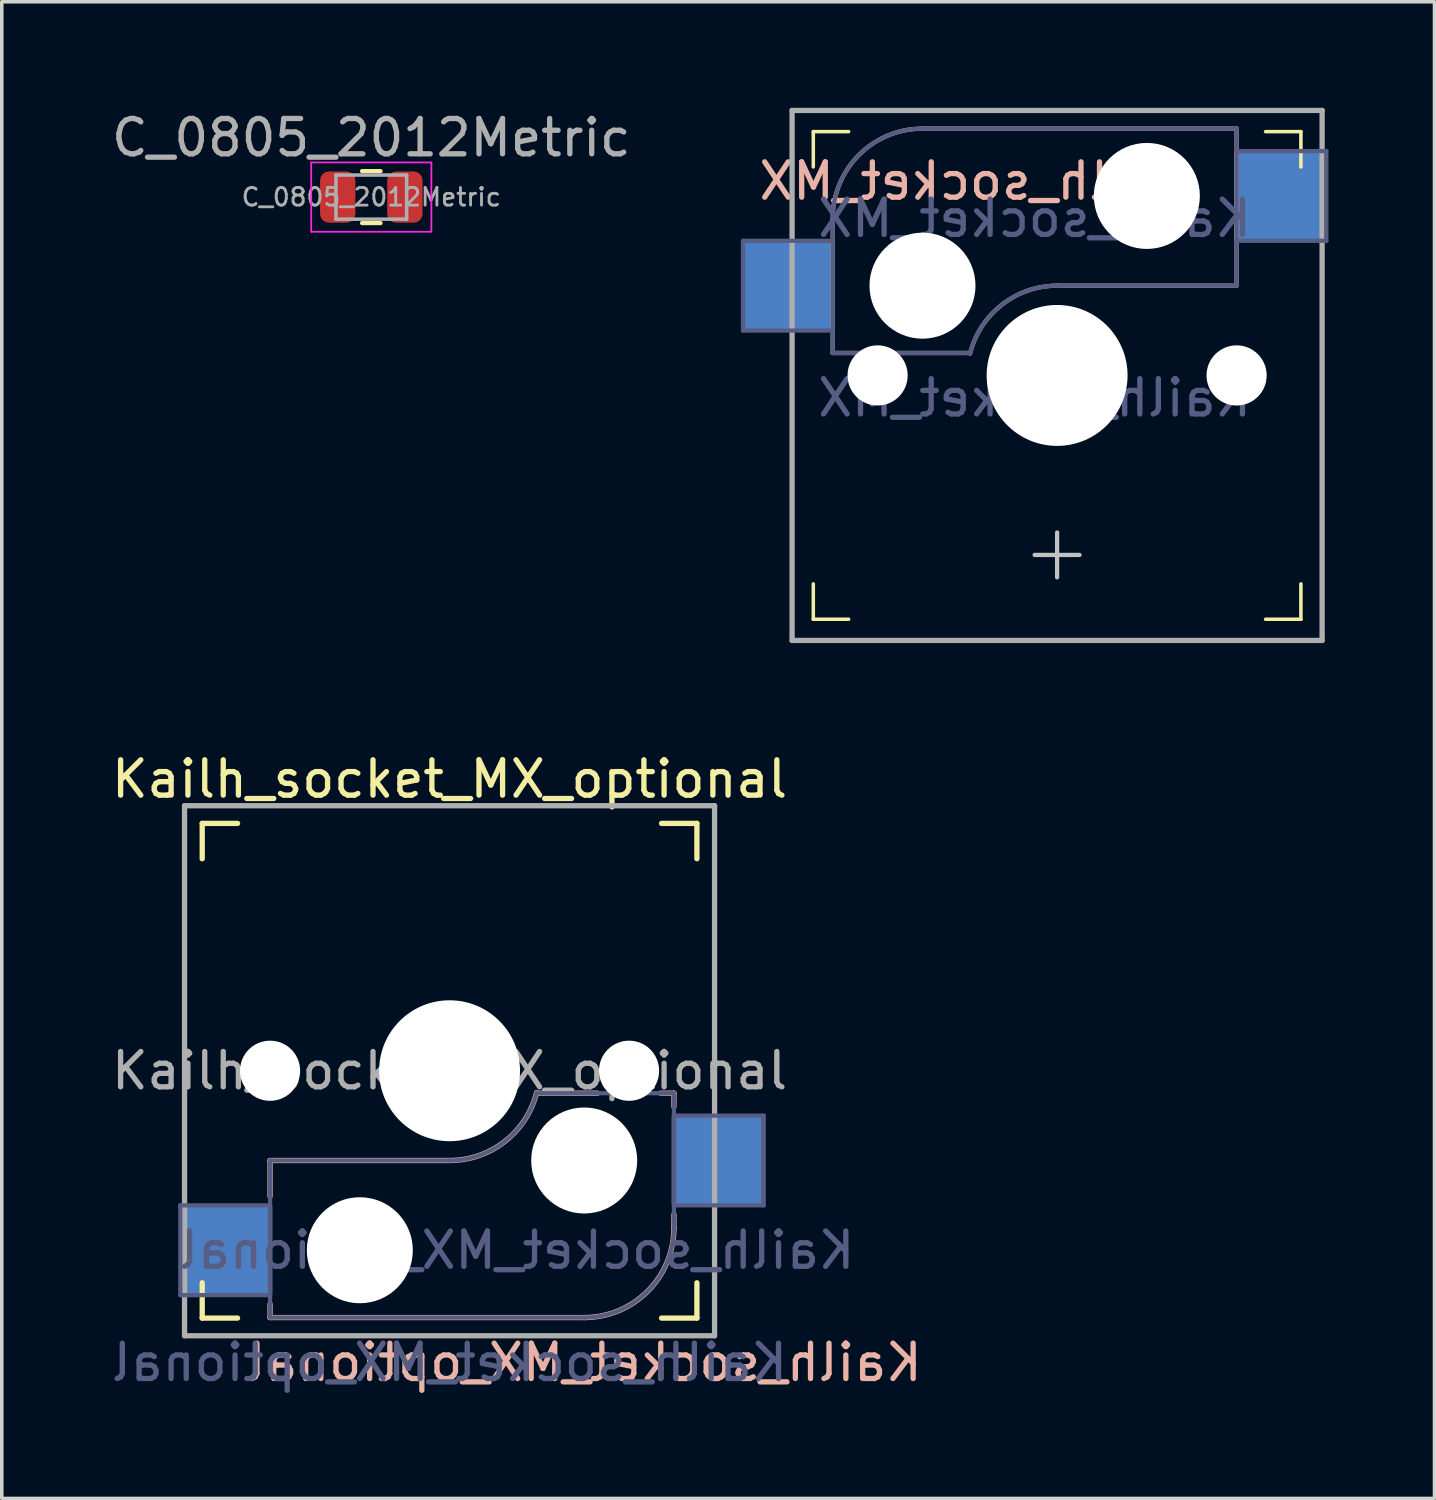
<source format=kicad_pcb>
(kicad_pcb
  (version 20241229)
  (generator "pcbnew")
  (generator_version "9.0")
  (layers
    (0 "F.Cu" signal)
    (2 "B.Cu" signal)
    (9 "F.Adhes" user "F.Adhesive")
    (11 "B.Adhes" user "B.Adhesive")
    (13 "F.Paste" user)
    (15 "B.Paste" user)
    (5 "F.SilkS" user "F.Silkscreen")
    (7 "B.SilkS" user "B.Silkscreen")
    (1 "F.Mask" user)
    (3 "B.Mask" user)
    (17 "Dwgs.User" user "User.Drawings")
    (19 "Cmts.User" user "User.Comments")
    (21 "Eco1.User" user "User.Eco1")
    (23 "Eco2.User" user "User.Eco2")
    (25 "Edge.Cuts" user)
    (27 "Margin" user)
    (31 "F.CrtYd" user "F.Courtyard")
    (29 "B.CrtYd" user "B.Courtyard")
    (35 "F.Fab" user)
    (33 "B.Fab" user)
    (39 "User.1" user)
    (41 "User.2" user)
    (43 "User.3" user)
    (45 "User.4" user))
  (footprint "Kailh_socket_MX_optional"
    (layer "F.Cu")
    (at 9.673 27.253)
    (property "Reference" "Kailh_socket_MX_optional" (at 0 -8.255 0) (layer "F.SilkS") (effects (font (size 1 1) (thickness 0.15))))
    (property "Value" "Kailh_socket_MX_optional" (at 0 8.255 0) (layer "F.Fab") (hide yes) (effects (font (size 1 1) (thickness 0.15))))
    (attr through_hole)
    (fp_line (start -7 -6) (end -7 -7) (stroke (width 0.15) (type solid)) (layer "F.SilkS"))
    (fp_line (start -7 7) (end -7 6) (stroke (width 0.15) (type solid)) (layer "F.SilkS"))
    (fp_line (start -7 7) (end -6 7) (stroke (width 0.15) (type solid)) (layer "F.SilkS"))
    (fp_line (start -6 -7) (end -7 -7) (stroke (width 0.15) (type solid)) (layer "F.SilkS"))
    (fp_line (start 6 7) (end 7 7) (stroke (width 0.15) (type solid)) (layer "F.SilkS"))
    (fp_line (start 7 -7) (end 6 -7) (stroke (width 0.15) (type solid)) (layer "F.SilkS"))
    (fp_line (start 7 -7) (end 7 -6) (stroke (width 0.15) (type solid)) (layer "F.SilkS"))
    (fp_line (start 7 6) (end 7 7) (stroke (width 0.15) (type solid)) (layer "F.SilkS"))
    (fp_line (start -5.08 2.54) (end -5.08 3.556) (stroke (width 0.15) (type solid)) (layer "B.SilkS"))
    (fp_line (start -5.08 6.604) (end -5.08 6.985) (stroke (width 0.15) (type solid)) (layer "B.SilkS"))
    (fp_line (start -5.08 6.985) (end 3.81 6.985) (stroke (width 0.15) (type solid)) (layer "B.SilkS"))
    (fp_line (start 0 2.54) (end -5.08 2.54) (stroke (width 0.15) (type solid)) (layer "B.SilkS"))
    (fp_line (start 4.191 0.635) (end 2.54 0.635) (stroke (width 0.15) (type solid)) (layer "B.SilkS"))
    (fp_line (start 6.35 0.635) (end 5.969 0.635) (stroke (width 0.15) (type solid)) (layer "B.SilkS"))
    (fp_line (start 6.35 1.016) (end 6.35 0.635) (stroke (width 0.15) (type solid)) (layer "B.SilkS"))
    (fp_line (start 6.35 4.445) (end 6.35 4.064) (stroke (width 0.15) (type solid)) (layer "B.SilkS"))
    (fp_arc (start 2.464162 0.61604) (mid 1.563147 2.002042) (end 0 2.54) (stroke (width 0.15) (type solid)) (layer "B.SilkS"))
    (fp_arc (start 6.35 4.445) (mid 5.606051 6.241051) (end 3.81 6.985) (stroke (width 0.15) (type solid)) (layer "B.SilkS"))
    (fp_line (start -6.9 6.9) (end -6.9 -6.9) (stroke (width 0.15) (type solid)) (layer "Eco2.User"))
    (fp_line (start -6.9 6.9) (end 6.9 6.9) (stroke (width 0.15) (type solid)) (layer "Eco2.User"))
    (fp_line (start 6.9 -6.9) (end -6.9 -6.9) (stroke (width 0.15) (type solid)) (layer "Eco2.User"))
    (fp_line (start 6.9 -6.9) (end 6.9 6.9) (stroke (width 0.15) (type solid)) (layer "Eco2.User"))
    (fp_line (start -7.62 3.81) (end -7.62 6.35) (stroke (width 0.12) (type solid)) (layer "B.Fab"))
    (fp_line (start -7.62 6.35) (end -5.08 6.35) (stroke (width 0.12) (type solid)) (layer "B.Fab"))
    (fp_line (start -5.08 2.54) (end -5.08 6.985) (stroke (width 0.12) (type solid)) (layer "B.Fab"))
    (fp_line (start -5.08 3.81) (end -7.62 3.81) (stroke (width 0.12) (type solid)) (layer "B.Fab"))
    (fp_line (start -5.08 6.985) (end 3.81 6.985) (stroke (width 0.12) (type solid)) (layer "B.Fab"))
    (fp_line (start 0 2.54) (end -5.08 2.54) (stroke (width 0.12) (type solid)) (layer "B.Fab"))
    (fp_line (start 6.35 0.635) (end 2.54 0.635) (stroke (width 0.12) (type solid)) (layer "B.Fab"))
    (fp_line (start 6.35 3.81) (end 8.89 3.81) (stroke (width 0.12) (type solid)) (layer "B.Fab"))
    (fp_line (start 6.35 4.445) (end 6.35 0.635) (stroke (width 0.12) (type solid)) (layer "B.Fab"))
    (fp_line (start 8.89 1.27) (end 6.35 1.27) (stroke (width 0.12) (type solid)) (layer "B.Fab"))
    (fp_line (start 8.89 3.81) (end 8.89 1.27) (stroke (width 0.12) (type solid)) (layer "B.Fab"))
    (fp_arc (start 2.464162 0.61604) (mid 1.563147 2.002042) (end 0 2.54) (stroke (width 0.12) (type solid)) (layer "B.Fab"))
    (fp_arc (start 6.35 4.445) (mid 5.606051 6.241051) (end 3.81 6.985) (stroke (width 0.12) (type solid)) (layer "B.Fab"))
    (fp_line (start -7.5 -7.5) (end 7.5 -7.5) (stroke (width 0.15) (type solid)) (layer "F.Fab"))
    (fp_line (start -7.5 7.5) (end -7.5 -7.5) (stroke (width 0.15) (type solid)) (layer "F.Fab"))
    (fp_line (start 7.5 -7.5) (end 7.5 7.5) (stroke (width 0.15) (type solid)) (layer "F.Fab"))
    (fp_line (start 7.5 7.5) (end -7.5 7.5) (stroke (width 0.15) (type solid)) (layer "F.Fab"))
    (fp_text user "${REFERENCE}" (at 3.81 8.255 0) (layer "B.SilkS") (effects (font (size 1 1) (thickness 0.15)) (justify mirror)))
    (fp_text user "${REFERENCE}" (at 1.905 5.08 0) (layer "B.Fab") (effects (font (size 1 1) (thickness 0.15)) (justify mirror)))
    (fp_text user "${VALUE}" (at 0 8.255 0) (layer "B.Fab") (effects (font (size 1 1) (thickness 0.15)) (justify mirror)))
    (fp_text user "${REFERENCE}" (at 0 0 0) (layer "F.Fab") (effects (font (size 1 1) (thickness 0.15))))
    (pad "" np_thru_hole circle (at -5.08 0) (size 1.702 1.702) (drill 1.702) (layers "*.Cu" "*.Mask"))
    (pad "" np_thru_hole circle (at -2.54 5.08) (size 3 3) (drill 3) (layers "*.Cu" "*.Mask"))
    (pad "" np_thru_hole circle (at 0 0) (size 3.988 3.988) (drill 3.988) (layers "*.Cu" "*.Mask"))
    (pad "" np_thru_hole circle (at 3.81 2.54) (size 3 3) (drill 3) (layers "*.Cu" "*.Mask"))
    (pad "" np_thru_hole circle (at 5.08 0) (size 1.702 1.702) (drill 1.702) (layers "*.Cu" "*.Mask"))
    (pad "1" smd rect (at -6.29 5.08) (size 2.55 2.5) (layers "B.Cu" "B.Mask" "B.Paste"))
    (pad "2" smd rect (at 7.56 2.54) (size 2.55 2.5) (layers "B.Cu" "B.Mask" "B.Paste")))
  (footprint "Kailh_socket_MX"
    (layer "F.Cu")
    (at 26.867 7.575)
    (property "Reference" "Kailh_socket_MX" (at -2.3 -5.5 0) (layer "B.SilkS") (effects (font (size 1 1) (thickness 0.15)) (justify mirror)))
    (property "Value" "Kailh_socket_MX" (at 0 8.255 0) (layer "F.Fab") (hide yes) (effects (font (size 1 1) (thickness 0.15))))
    (attr smd)
    (fp_circle (center -3.81 -2.54) (end -2.35 -2.54) (stroke (width 0) (type solid)) (fill yes) (layer "F.Mask"))
    (fp_circle (center 2.54 -5.08) (end 4 -5.08) (stroke (width 0) (type solid)) (fill yes) (layer "F.Mask"))
    (fp_circle (center -3.81 -2.54) (end -2.35 -2.54) (stroke (width 0) (type solid)) (fill yes) (layer "B.Mask"))
    (fp_circle (center 2.54 -5.08) (end 4 -5.08) (stroke (width 0) (type solid)) (fill yes) (layer "B.Mask"))
    (fp_line (start -6.9 -5.9) (end -6.9 -6.9) (stroke (width 0.1) (type default)) (layer "F.SilkS"))
    (fp_line (start -6.9 5.9) (end -6.9 6.9) (stroke (width 0.1) (type default)) (layer "F.SilkS"))
    (fp_line (start -5.9 -6.9) (end -6.9 -6.9) (stroke (width 0.1) (type default)) (layer "F.SilkS"))
    (fp_line (start -5.9 6.9) (end -6.9 6.9) (stroke (width 0.1) (type default)) (layer "F.SilkS"))
    (fp_line (start 5.9 -6.9) (end 6.9 -6.9) (stroke (width 0.1) (type default)) (layer "F.SilkS"))
    (fp_line (start 5.9 6.9) (end 6.9 6.9) (stroke (width 0.1) (type default)) (layer "F.SilkS"))
    (fp_line (start 6.9 -5.9) (end 6.9 -6.9) (stroke (width 0.1) (type default)) (layer "F.SilkS"))
    (fp_line (start 6.9 5.9) (end 6.9 6.9) (stroke (width 0.1) (type default)) (layer "F.SilkS"))
    (fp_line (start -6.35 -0.635) (end -6.35 -4.445) (stroke (width 0.12) (type solid)) (layer "B.SilkS"))
    (fp_line (start -6.35 -0.635) (end -2.54 -0.635) (stroke (width 0.12) (type solid)) (layer "B.SilkS"))
    (fp_line (start -3.81 -6.985) (end 5.08 -6.985) (stroke (width 0.12) (type solid)) (layer "B.SilkS"))
    (fp_line (start 5.08 -6.985) (end 5.08 -2.54) (stroke (width 0.12) (type solid)) (layer "B.SilkS"))
    (fp_line (start 5.08 -2.54) (end 0 -2.54) (stroke (width 0.12) (type solid)) (layer "B.SilkS"))
    (fp_arc (start -6.35 -4.445) (mid -5.606051 -6.241051) (end -3.81 -6.985) (stroke (width 0.12) (type solid)) (layer "B.SilkS"))
    (fp_arc (start -2.464162 -0.61604) (mid -1.563147 -2.002042) (end 0 -2.54) (stroke (width 0.12) (type solid)) (layer "B.SilkS"))
    (fp_line (start -0.635 5.08) (end 0.635 5.08) (stroke (width 0.12) (type solid)) (layer "Dwgs.User"))
    (fp_line (start 0 4.445) (end 0 5.715) (stroke (width 0.12) (type solid)) (layer "Dwgs.User"))
    (fp_line (start -6.9 6.9) (end -6.9 -6.9) (stroke (width 0.15) (type solid)) (layer "Eco2.User"))
    (fp_line (start -6.9 6.9) (end 6.9 6.9) (stroke (width 0.15) (type solid)) (layer "Eco2.User"))
    (fp_line (start 6.9 -6.9) (end -6.9 -6.9) (stroke (width 0.15) (type solid)) (layer "Eco2.User"))
    (fp_line (start 6.9 -6.9) (end 6.9 6.9) (stroke (width 0.15) (type solid)) (layer "Eco2.User"))
    (fp_line (start -8.89 -3.81) (end -6.35 -3.81) (stroke (width 0.12) (type solid)) (layer "B.Fab"))
    (fp_line (start -8.89 -1.27) (end -8.89 -3.81) (stroke (width 0.12) (type solid)) (layer "B.Fab"))
    (fp_line (start -6.35 -1.27) (end -8.89 -1.27) (stroke (width 0.12) (type solid)) (layer "B.Fab"))
    (fp_line (start -6.35 -0.635) (end -6.35 -4.445) (stroke (width 0.12) (type solid)) (layer "B.Fab"))
    (fp_line (start -6.35 -0.635) (end -2.54 -0.635) (stroke (width 0.12) (type solid)) (layer "B.Fab"))
    (fp_line (start -3.81 -6.985) (end 5.08 -6.985) (stroke (width 0.12) (type solid)) (layer "B.Fab"))
    (fp_line (start 5.08 -6.985) (end 5.08 -2.54) (stroke (width 0.12) (type solid)) (layer "B.Fab"))
    (fp_line (start 5.08 -6.35) (end 7.62 -6.35) (stroke (width 0.12) (type solid)) (layer "B.Fab"))
    (fp_line (start 5.08 -2.54) (end 0 -2.54) (stroke (width 0.12) (type solid)) (layer "B.Fab"))
    (fp_line (start 7.62 -6.35) (end 7.62 -3.81) (stroke (width 0.12) (type solid)) (layer "B.Fab"))
    (fp_line (start 7.62 -3.81) (end 5.08 -3.81) (stroke (width 0.12) (type solid)) (layer "B.Fab"))
    (fp_arc (start -6.35 -4.445) (mid -5.606051 -6.241051) (end -3.81 -6.985) (stroke (width 0.12) (type solid)) (layer "B.Fab"))
    (fp_arc (start -2.464162 -0.61604) (mid -1.563147 -2.002042) (end 0 -2.54) (stroke (width 0.12) (type solid)) (layer "B.Fab"))
    (fp_line (start -7.5 -7.5) (end 7.5 -7.5) (stroke (width 0.15) (type solid)) (layer "F.Fab"))
    (fp_line (start -7.5 7.5) (end -7.5 -7.5) (stroke (width 0.15) (type solid)) (layer "F.Fab"))
    (fp_line (start 7.5 -7.5) (end 7.5 7.5) (stroke (width 0.15) (type solid)) (layer "F.Fab"))
    (fp_line (start 7.5 7.5) (end -7.5 7.5) (stroke (width 0.15) (type solid)) (layer "F.Fab"))
    (fp_text user "${VALUE}" (at -0.635 0.635 0) (layer "B.Fab") (effects (font (size 1 1) (thickness 0.15)) (justify mirror)))
    (fp_text user "${REFERENCE}" (at -0.635 -4.445 0) (layer "B.Fab") (effects (font (size 1 1) (thickness 0.15)) (justify mirror)))
    (pad "" np_thru_hole circle (at -5.08 0) (size 1.702 1.702) (drill 1.702) (layers "*.Cu" "*.Mask"))
    (pad "" np_thru_hole circle (at -3.81 -2.54) (size 3 3) (drill 3) (layers "*.Cu" "*.Mask"))
    (pad "" np_thru_hole circle (at 0 0) (size 3.988 3.988) (drill 3.988) (layers "*.Cu" "*.Mask"))
    (pad "" np_thru_hole circle (at 2.54 -5.08) (size 3 3) (drill 3) (layers "*.Cu" "*.Mask"))
    (pad "" np_thru_hole circle (at 5.08 0) (size 1.702 1.702) (drill 1.702) (layers "*.Cu" "*.Mask"))
    (pad "1" smd rect (at 6.29 -5.08) (size 2.55 2.5) (layers "B.Cu" "B.Mask" "B.Paste"))
    (pad "2" smd rect (at -7.56 -2.54) (size 2.55 2.5) (layers "B.Cu" "B.Mask" "B.Paste")))
  (footprint "C_0805_2012Metric"
    (layer "F.Cu")
    (at 7.458 2.528)
    (property "Reference" "C_0805_2012Metric" (at 0 -1.68 0) (layer "F.Fab") (effects (font (size 1 1) (thickness 0.15))))
    (attr smd)
    (fp_line (start -0.261 -0.735) (end 0.261 -0.735) (stroke (width 0.12) (type solid)) (layer "F.SilkS"))
    (fp_line (start -0.261 0.735) (end 0.261 0.735) (stroke (width 0.12) (type solid)) (layer "F.SilkS"))
    (fp_line (start -1.7 -0.98) (end 1.7 -0.98) (stroke (width 0.05) (type solid)) (layer "F.CrtYd"))
    (fp_line (start -1.7 0.98) (end -1.7 -0.98) (stroke (width 0.05) (type solid)) (layer "F.CrtYd"))
    (fp_line (start 1.7 -0.98) (end 1.7 0.98) (stroke (width 0.05) (type solid)) (layer "F.CrtYd"))
    (fp_line (start 1.7 0.98) (end -1.7 0.98) (stroke (width 0.05) (type solid)) (layer "F.CrtYd"))
    (fp_line (start -1 -0.625) (end 1 -0.625) (stroke (width 0.1) (type solid)) (layer "F.Fab"))
    (fp_line (start -1 0.625) (end -1 -0.625) (stroke (width 0.1) (type solid)) (layer "F.Fab"))
    (fp_line (start 1 -0.625) (end 1 0.625) (stroke (width 0.1) (type solid)) (layer "F.Fab"))
    (fp_line (start 1 0.625) (end -1 0.625) (stroke (width 0.1) (type solid)) (layer "F.Fab"))
    (fp_text user "${REFERENCE}" (at 0 0 0) (layer "F.Fab") (effects (font (size 0.5 0.5) (thickness 0.08))))
    (pad "1" smd roundrect (at -0.95 0) (size 1 1.45) (layers "F.Cu" "F.Mask" "F.Paste") (roundrect_rratio 0.25))
    (pad "2" smd roundrect (at 0.95 0) (size 1 1.45) (layers "F.Cu" "F.Mask" "F.Paste") (roundrect_rratio 0.25)))
  (gr_rect
    (start -3 -3)
    (end 37.547 39.356)
    (stroke (width 0.1) (type default))
    (fill no)
    (layer "Edge.Cuts")))
</source>
